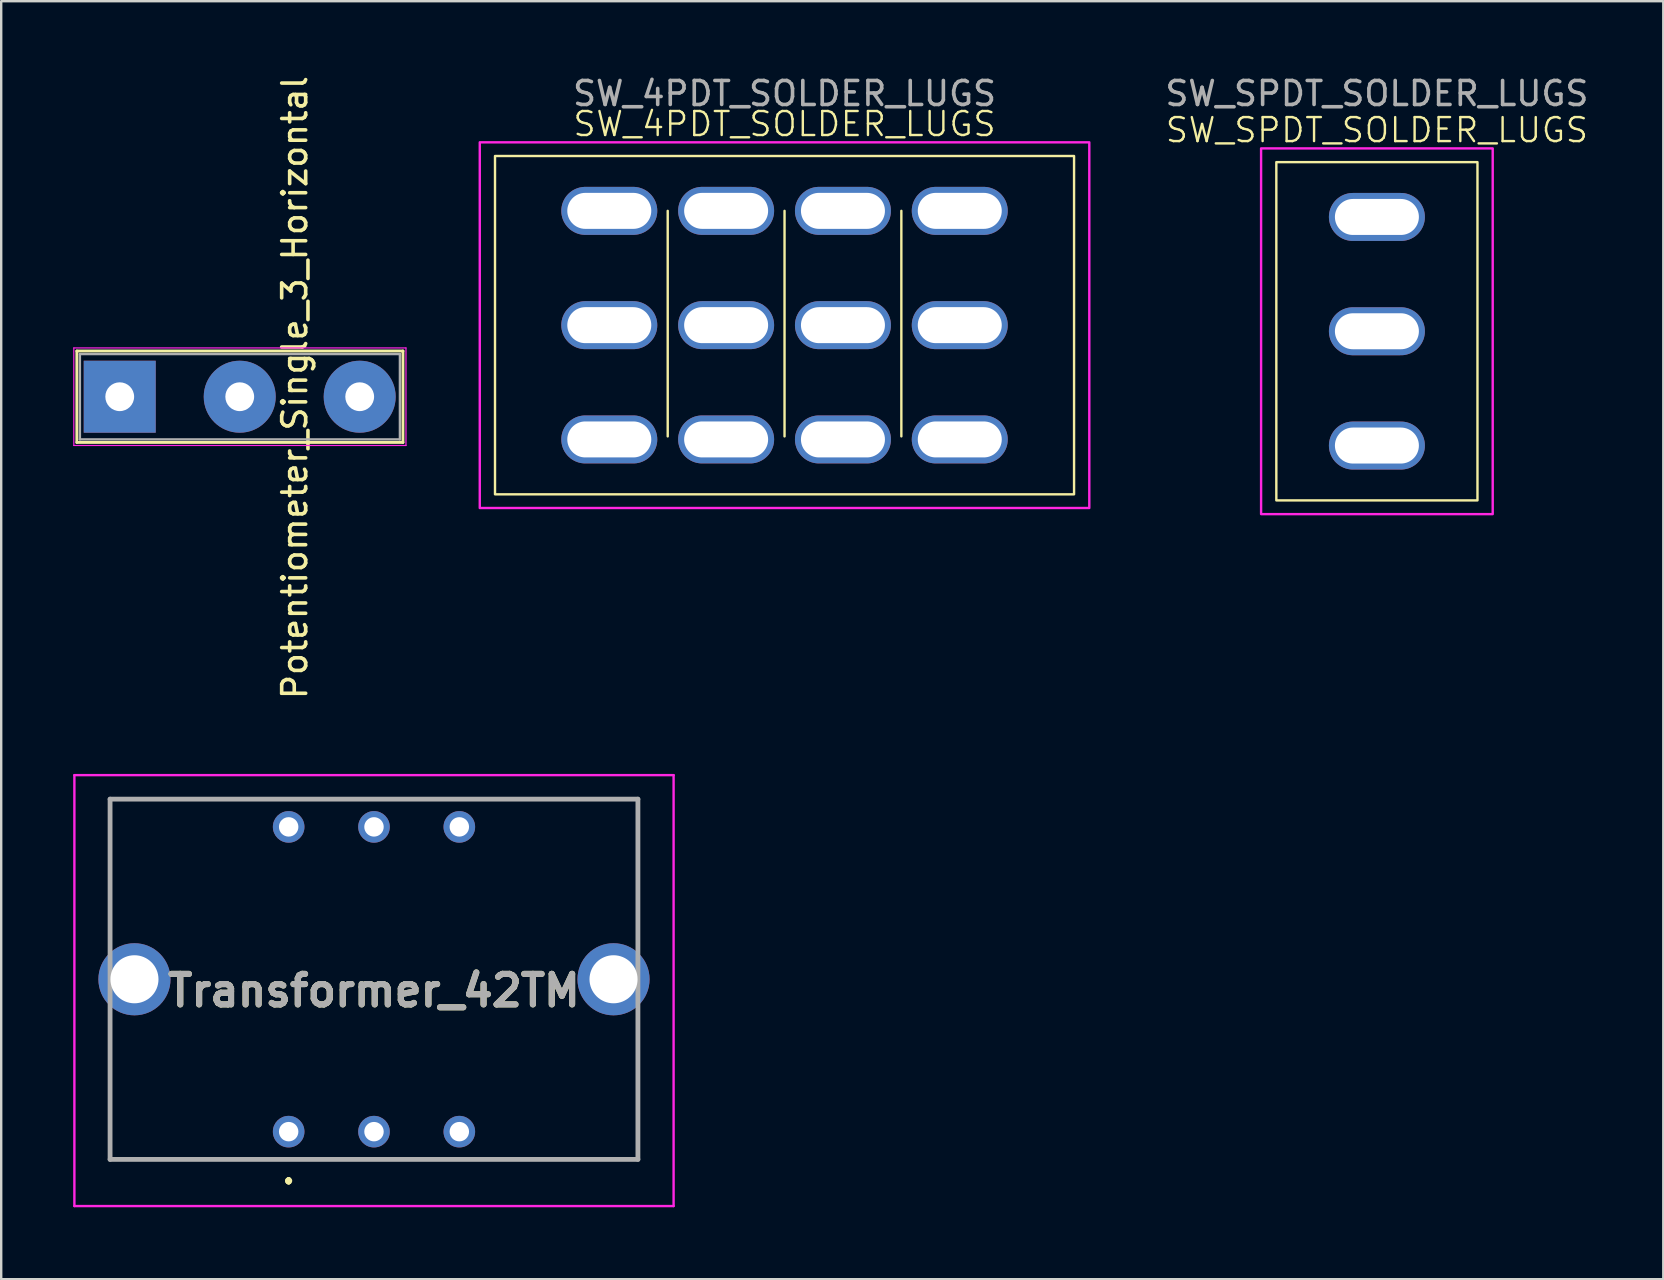
<source format=kicad_pcb>
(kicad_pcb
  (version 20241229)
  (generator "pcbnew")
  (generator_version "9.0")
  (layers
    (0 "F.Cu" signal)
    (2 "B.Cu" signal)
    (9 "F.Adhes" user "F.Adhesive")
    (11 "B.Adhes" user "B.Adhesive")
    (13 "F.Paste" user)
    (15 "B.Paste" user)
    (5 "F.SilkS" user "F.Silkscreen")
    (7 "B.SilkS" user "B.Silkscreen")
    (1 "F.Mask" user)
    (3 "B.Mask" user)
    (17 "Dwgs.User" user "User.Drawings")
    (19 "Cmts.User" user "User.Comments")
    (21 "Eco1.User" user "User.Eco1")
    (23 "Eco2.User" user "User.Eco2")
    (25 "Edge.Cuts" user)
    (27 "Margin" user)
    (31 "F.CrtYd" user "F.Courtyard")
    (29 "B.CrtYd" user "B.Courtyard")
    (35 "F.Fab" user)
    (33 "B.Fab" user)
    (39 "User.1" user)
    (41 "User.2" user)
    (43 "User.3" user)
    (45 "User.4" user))
  (footprint "SW_4PDT_SOLDER_LUGS"
    (layer "F.Cu")
    (at 23.293 9.23)
    (property "Reference" "SW_4PDT_SOLDER_LUGS" (at 6.35 -7.112 0) (unlocked yes) (layer "F.SilkS") (effects (font (size 1 1) (thickness 0.1))))
    (attr through_hole)
    (fp_line (start 1.482 -3.493) (end 1.482 5.905) (stroke (width 0.1) (type default)) (layer "F.SilkS"))
    (fp_line (start 6.35 -3.493) (end 6.35 5.905) (stroke (width 0.1) (type default)) (layer "F.SilkS"))
    (fp_line (start 11.218 -3.494) (end 11.218 5.904) (stroke (width 0.1) (type default)) (layer "F.SilkS"))
    (fp_rect (start -5.715 -5.779) (end 18.415 8.319) (stroke (width 0.1) (type default)) (fill no) (layer "F.SilkS"))
    (fp_rect (start -6.35 -6.35) (end 19.05 8.89) (stroke (width 0.1) (type default)) (fill no) (layer "F.CrtYd"))
    (fp_text user "${REFERENCE}" (at 6.35 -8.382 0) (unlocked yes) (layer "F.Fab") (effects (font (size 1 1) (thickness 0.15))))
    (pad "1" thru_hole oval (at -0.953 -3.493) (size 4 2) (drill oval 3.5 1.5) (layers "*.Cu" "*.Mask"))
    (pad "2" thru_hole oval (at -0.953 1.27) (size 4 2) (drill oval 3.5 1.5) (layers "*.Cu" "*.Mask"))
    (pad "3" thru_hole oval (at -0.953 6.032) (size 4 2) (drill oval 3.5 1.5) (layers "*.Cu" "*.Mask"))
    (pad "4" thru_hole oval (at 3.916 -3.493) (size 4 2) (drill oval 3.5 1.5) (layers "*.Cu" "*.Mask"))
    (pad "5" thru_hole oval (at 3.916 1.27) (size 4 2) (drill oval 3.5 1.5) (layers "*.Cu" "*.Mask"))
    (pad "6" thru_hole oval (at 3.916 6.032) (size 4 2) (drill oval 3.5 1.5) (layers "*.Cu" "*.Mask"))
    (pad "7" thru_hole oval (at 8.784 -3.493) (size 4 2) (drill oval 3.5 1.5) (layers "*.Cu" "*.Mask"))
    (pad "8" thru_hole oval (at 8.784 1.27) (size 4 2) (drill oval 3.5 1.5) (layers "*.Cu" "*.Mask"))
    (pad "9" thru_hole oval (at 8.784 6.032) (size 4 2) (drill oval 3.5 1.5) (layers "*.Cu" "*.Mask"))
    (pad "10" thru_hole oval (at 13.652 -3.493) (size 4 2) (drill oval 3.5 1.5) (layers "*.Cu" "*.Mask"))
    (pad "11" thru_hole oval (at 13.652 1.27) (size 4 2) (drill oval 3.5 1.5) (layers "*.Cu" "*.Mask"))
    (pad "12" thru_hole oval (at 13.652 6.032) (size 4 2) (drill oval 3.5 1.5) (layers "*.Cu" "*.Mask")))
  (footprint "SW_SPDT_SOLDER_LUGS"
    (layer "F.Cu")
    (at 54.328 10.754)
    (property "Reference" "SW_SPDT_SOLDER_LUGS" (at 0 -8.382 0) (unlocked yes) (layer "F.SilkS") (effects (font (size 1 1) (thickness 0.1))))
    (attr through_hole)
    (fp_rect (start -4.191 -7.048) (end 4.191 7.048) (stroke (width 0.1) (type default)) (fill no) (layer "F.SilkS"))
    (fp_rect (start -4.826 -7.62) (end 4.826 7.62) (stroke (width 0.1) (type default)) (fill no) (layer "F.CrtYd"))
    (fp_text user "${REFERENCE}" (at 0 -9.906 0) (unlocked yes) (layer "F.Fab") (effects (font (size 1 1) (thickness 0.15))))
    (pad "1" thru_hole oval (at 0 -4.763) (size 4 2) (drill oval 3.5 1.5) (layers "*.Cu" "*.Mask"))
    (pad "2" thru_hole oval (at 0 0) (size 4 2) (drill oval 3.5 1.5) (layers "*.Cu" "*.Mask"))
    (pad "3" thru_hole oval (at 0 4.763) (size 4 2) (drill oval 3.5 1.5) (layers "*.Cu" "*.Mask")))
  (footprint "Potentiometer_Single_3_Horizontal"
    (layer "F.Cu")
    (at 6.947 9.672)
    (property "Reference" "Potentiometer_Single_3_Horizontal" (at 2.286 3.429 90) (unlocked yes) (layer "F.SilkS") (effects (font (size 1 1) (thickness 0.15))))
    (attr through_hole)
    (fp_line (start -6.795 1.905) (end -6.795 5.715) (stroke (width 0.12) (type solid)) (layer "F.SilkS"))
    (fp_line (start 6.795 1.905) (end -6.795 1.905) (stroke (width 0.12) (type solid)) (layer "F.SilkS"))
    (fp_line (start 6.795 1.905) (end 6.795 5.715) (stroke (width 0.12) (type solid)) (layer "F.SilkS"))
    (fp_line (start 6.795 5.715) (end -6.795 5.715) (stroke (width 0.12) (type solid)) (layer "F.SilkS"))
    (fp_line (start -6.921 1.778) (end -6.921 5.842) (stroke (width 0.05) (type solid)) (layer "F.CrtYd"))
    (fp_line (start 6.921 1.778) (end -6.921 1.778) (stroke (width 0.05) (type solid)) (layer "F.CrtYd"))
    (fp_line (start 6.921 5.842) (end -6.921 5.842) (stroke (width 0.05) (type solid)) (layer "F.CrtYd"))
    (fp_line (start 6.921 5.842) (end 6.921 1.778) (stroke (width 0.05) (type solid)) (layer "F.CrtYd"))
    (fp_line (start -6.668 2.032) (end -6.668 5.588) (stroke (width 0.1) (type solid)) (layer "F.Fab"))
    (fp_line (start -6.668 5.588) (end 6.668 5.588) (stroke (width 0.1) (type solid)) (layer "F.Fab"))
    (fp_line (start 6.668 2.032) (end -6.668 2.032) (stroke (width 0.1) (type solid)) (layer "F.Fab"))
    (fp_line (start 6.668 5.588) (end 6.668 2.032) (stroke (width 0.1) (type solid)) (layer "F.Fab"))
    (pad "1" thru_hole rect (at -5.008 3.81 270) (size 3 3) (drill 1.2) (layers "*.Cu" "*.Mask"))
    (pad "2" thru_hole circle (at -0.007 3.81 270) (size 3 3) (drill 1.2) (layers "*.Cu" "*.Mask"))
    (pad "3" thru_hole circle (at 4.992 3.81 270) (size 3 3) (drill 1.2) (layers "*.Cu" "*.Mask")))
  (footprint "Transformer_42TM"
    (layer "F.Cu")
    (at 8.979 44.108)
    (property "Reference" "Transformer_42TM" (at 3.556 -5.878 0) (layer "F.SilkS") (effects (font (size 1.27 1.27) (thickness 0.254))))
    (attr through_hole)
    (fp_line (start -7.442 -13.856) (end -7.442 -13.856) (stroke (width 0.1) (type solid)) (layer "F.SilkS"))
    (fp_line (start -7.442 -13.856) (end -7.442 -13.856) (stroke (width 0.1) (type solid)) (layer "F.SilkS"))
    (fp_line (start -7.442 -13.856) (end -7.442 -8.5) (stroke (width 0.1) (type solid)) (layer "F.SilkS"))
    (fp_line (start -7.442 -13.856) (end 14.554 -13.856) (stroke (width 0.1) (type solid)) (layer "F.SilkS"))
    (fp_line (start -7.442 -8.5) (end -7.442 -13.856) (stroke (width 0.1) (type solid)) (layer "F.SilkS"))
    (fp_line (start -7.442 -8.5) (end -7.442 -8.5) (stroke (width 0.1) (type solid)) (layer "F.SilkS"))
    (fp_line (start -7.442 -4.25) (end -7.442 -4.25) (stroke (width 0.1) (type solid)) (layer "F.SilkS"))
    (fp_line (start -7.442 -4.25) (end -7.442 1.156) (stroke (width 0.1) (type solid)) (layer "F.SilkS"))
    (fp_line (start -7.442 1.156) (end -7.442 -4.25) (stroke (width 0.1) (type solid)) (layer "F.SilkS"))
    (fp_line (start -7.442 1.156) (end -7.442 1.156) (stroke (width 0.1) (type solid)) (layer "F.SilkS"))
    (fp_line (start -7.442 1.156) (end -7.442 1.156) (stroke (width 0.1) (type solid)) (layer "F.SilkS"))
    (fp_line (start -7.442 1.156) (end 14.554 1.156) (stroke (width 0.1) (type solid)) (layer "F.SilkS"))
    (fp_line (start 0 2) (end 0 2) (stroke (width 0.2) (type solid)) (layer "F.SilkS"))
    (fp_line (start 0 2) (end 0 2) (stroke (width 0.2) (type solid)) (layer "F.SilkS"))
    (fp_line (start 0 2.1) (end 0 2.1) (stroke (width 0.2) (type solid)) (layer "F.SilkS"))
    (fp_line (start 14.554 -13.856) (end -7.442 -13.856) (stroke (width 0.1) (type solid)) (layer "F.SilkS"))
    (fp_line (start 14.554 -13.856) (end 14.554 -13.856) (stroke (width 0.1) (type solid)) (layer "F.SilkS"))
    (fp_line (start 14.554 -13.856) (end 14.554 -13.856) (stroke (width 0.1) (type solid)) (layer "F.SilkS"))
    (fp_line (start 14.554 -13.856) (end 14.554 -8.5) (stroke (width 0.1) (type solid)) (layer "F.SilkS"))
    (fp_line (start 14.554 -8.5) (end 14.554 -13.856) (stroke (width 0.1) (type solid)) (layer "F.SilkS"))
    (fp_line (start 14.554 -8.5) (end 14.554 -8.5) (stroke (width 0.1) (type solid)) (layer "F.SilkS"))
    (fp_line (start 14.554 -4.25) (end 14.554 -4.25) (stroke (width 0.1) (type solid)) (layer "F.SilkS"))
    (fp_line (start 14.554 -4.25) (end 14.554 1.156) (stroke (width 0.1) (type solid)) (layer "F.SilkS"))
    (fp_line (start 14.554 1.156) (end -7.442 1.156) (stroke (width 0.1) (type solid)) (layer "F.SilkS"))
    (fp_line (start 14.554 1.156) (end 14.554 -4.25) (stroke (width 0.1) (type solid)) (layer "F.SilkS"))
    (fp_line (start 14.554 1.156) (end 14.554 1.156) (stroke (width 0.1) (type solid)) (layer "F.SilkS"))
    (fp_line (start 14.554 1.156) (end 14.554 1.156) (stroke (width 0.1) (type solid)) (layer "F.SilkS"))
    (fp_arc (start 0 2) (mid 0.05 2.05) (end 0 2.1) (stroke (width 0.2) (type solid)) (layer "F.SilkS"))
    (fp_arc (start 0 2.1) (mid -0.05 2.05) (end 0 2) (stroke (width 0.2) (type solid)) (layer "F.SilkS"))
    (fp_arc (start 0 2.1) (mid -0.05 2.05) (end 0 2) (stroke (width 0.2) (type solid)) (layer "F.SilkS"))
    (fp_line (start -8.929 -14.856) (end 16.041 -14.856) (stroke (width 0.1) (type solid)) (layer "F.CrtYd"))
    (fp_line (start -8.929 3.1) (end -8.929 -14.856) (stroke (width 0.1) (type solid)) (layer "F.CrtYd"))
    (fp_line (start 16.041 -14.856) (end 16.041 3.1) (stroke (width 0.1) (type solid)) (layer "F.CrtYd"))
    (fp_line (start 16.041 3.1) (end -8.929 3.1) (stroke (width 0.1) (type solid)) (layer "F.CrtYd"))
    (fp_line (start -7.442 -13.856) (end -7.442 1.156) (stroke (width 0.2) (type solid)) (layer "F.Fab"))
    (fp_line (start -7.442 1.156) (end 14.554 1.156) (stroke (width 0.2) (type solid)) (layer "F.Fab"))
    (fp_line (start 14.554 -13.856) (end -7.442 -13.856) (stroke (width 0.2) (type solid)) (layer "F.Fab"))
    (fp_line (start 14.554 1.156) (end 14.554 -13.856) (stroke (width 0.2) (type solid)) (layer "F.Fab"))
    (fp_text user "${REFERENCE}" (at 3.556 -5.878 0) (layer "F.Fab") (effects (font (size 1.27 1.27) (thickness 0.254))))
    (pad "1" thru_hole circle (at 0 0) (size 1.316 1.316) (drill 0.81) (layers "*.Cu" "*.Mask"))
    (pad "2" thru_hole circle (at 3.556 0) (size 1.316 1.316) (drill 0.81) (layers "*.Cu" "*.Mask"))
    (pad "3" thru_hole circle (at 7.112 0) (size 1.316 1.316) (drill 0.81) (layers "*.Cu" "*.Mask"))
    (pad "4" thru_hole circle (at 7.112 -12.7) (size 1.316 1.316) (drill 0.81) (layers "*.Cu" "*.Mask"))
    (pad "5" thru_hole circle (at 3.556 -12.7) (size 1.316 1.316) (drill 0.81) (layers "*.Cu" "*.Mask"))
    (pad "6" thru_hole circle (at 0 -12.7) (size 1.316 1.316) (drill 0.81) (layers "*.Cu" "*.Mask"))
    (pad "MH1" thru_hole circle (at -6.426 -6.35) (size 3.005 3.005) (drill 2.003) (layers "*.Cu" "*.Mask"))
    (pad "MH2" thru_hole circle (at 13.538 -6.35) (size 3.005 3.005) (drill 2.003) (layers "*.Cu" "*.Mask")))
  (gr_rect
    (start -3 -3)
    (end 66.262 50.258)
    (stroke (width 0.1) (type default))
    (fill no)
    (layer "Edge.Cuts")))
</source>
